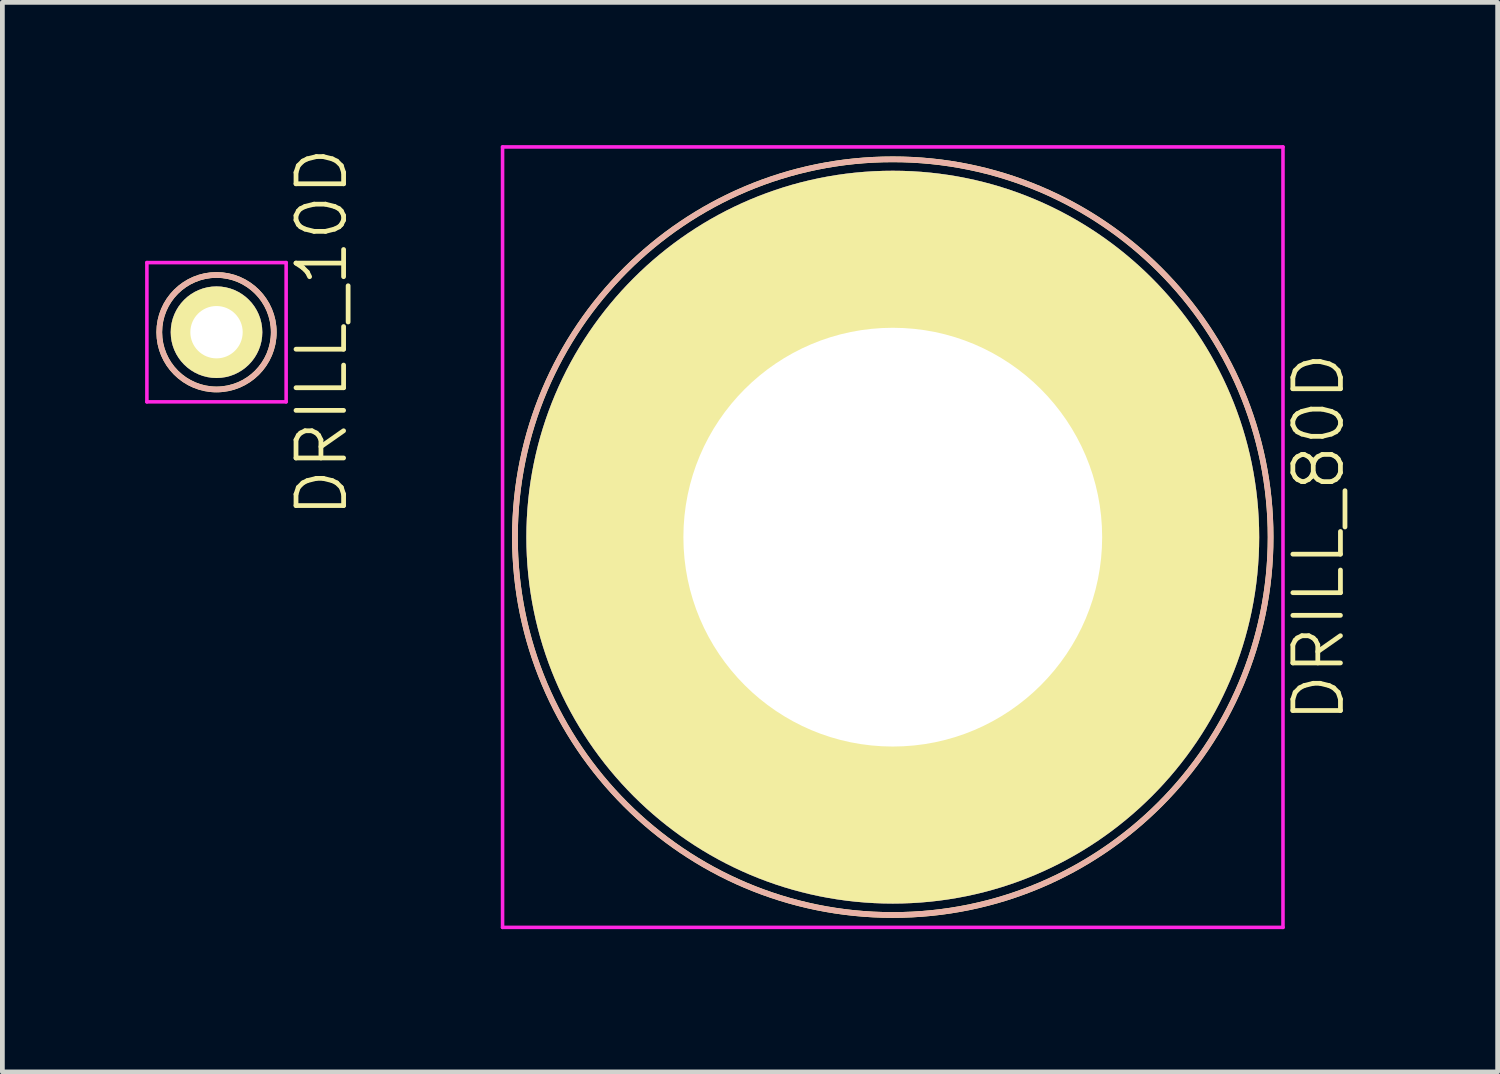
<source format=kicad_pcb>
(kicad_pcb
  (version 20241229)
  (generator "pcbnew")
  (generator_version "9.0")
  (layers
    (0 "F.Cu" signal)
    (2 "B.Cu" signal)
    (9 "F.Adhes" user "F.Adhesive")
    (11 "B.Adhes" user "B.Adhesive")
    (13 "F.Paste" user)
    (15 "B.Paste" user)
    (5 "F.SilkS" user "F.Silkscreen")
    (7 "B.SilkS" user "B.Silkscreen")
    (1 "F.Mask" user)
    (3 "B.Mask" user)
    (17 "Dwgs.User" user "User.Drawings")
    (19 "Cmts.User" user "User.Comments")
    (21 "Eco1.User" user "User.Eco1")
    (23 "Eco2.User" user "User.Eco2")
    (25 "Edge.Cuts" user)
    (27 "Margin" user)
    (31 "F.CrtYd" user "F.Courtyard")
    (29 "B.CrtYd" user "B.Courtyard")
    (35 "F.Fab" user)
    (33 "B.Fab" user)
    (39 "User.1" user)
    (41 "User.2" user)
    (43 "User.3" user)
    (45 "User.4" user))
  (footprint "DRILL_80D"
    (layer "F.Cu")
    (at 15.711 8.238)
    (property "Reference" "DRILL_80D" (at 8.95 0 90) (layer "F.SilkS") (effects (font (size 1 1) (thickness 0.1))))
    (attr through_hole)
    (fp_circle (center 0 0) (end 7.94 0) (stroke (width 0.12) (type solid)) (fill no) (layer "F.SilkS"))
    (fp_circle (center 0 0) (end 7.94 0) (stroke (width 0.12) (type solid)) (fill no) (layer "B.SilkS"))
    (fp_line (start -8.2 -8.2) (end -8.2 8.2) (stroke (width 0.075) (type solid)) (layer "F.CrtYd"))
    (fp_line (start -8.2 8.2) (end 8.2 8.2) (stroke (width 0.075) (type solid)) (layer "F.CrtYd"))
    (fp_line (start 8.2 -8.2) (end -8.2 -8.2) (stroke (width 0.075) (type solid)) (layer "F.CrtYd"))
    (fp_line (start 8.2 8.2) (end 8.2 -8.2) (stroke (width 0.075) (type solid)) (layer "F.CrtYd"))
    (pad "1" thru_hole oval (at 0 0) (size 15.4 15.4) (drill 8.8) (layers "*.Cu" "*.Mask" "F.SilkS")))
  (footprint "DRILL_10D"
    (layer "F.Cu")
    (at 1.5 3.931)
    (property "Reference" "DRILL_10D" (at 2.213 0 90) (layer "F.SilkS") (effects (font (size 1 1) (thickness 0.1))))
    (attr through_hole)
    (fp_circle (center 0 0) (end 1.203 0) (stroke (width 0.12) (type solid)) (fill no) (layer "F.SilkS"))
    (fp_circle (center 0 0) (end 1.203 0) (stroke (width 0.12) (type solid)) (fill no) (layer "B.SilkS"))
    (fp_line (start -1.463 -1.463) (end -1.463 1.463) (stroke (width 0.075) (type solid)) (layer "F.CrtYd"))
    (fp_line (start -1.463 1.463) (end 1.463 1.463) (stroke (width 0.075) (type solid)) (layer "F.CrtYd"))
    (fp_line (start 1.463 -1.463) (end -1.463 -1.463) (stroke (width 0.075) (type solid)) (layer "F.CrtYd"))
    (fp_line (start 1.463 1.463) (end 1.463 -1.463) (stroke (width 0.075) (type solid)) (layer "F.CrtYd"))
    (pad "1" thru_hole oval (at 0 0) (size 1.925 1.925) (drill 1.1) (layers "*.Cu" "*.Mask" "F.SilkS")))
  (gr_rect
    (start -3 -3)
    (end 28.422 19.475)
    (stroke (width 0.1) (type default))
    (fill no)
    (layer "Edge.Cuts")))
</source>
